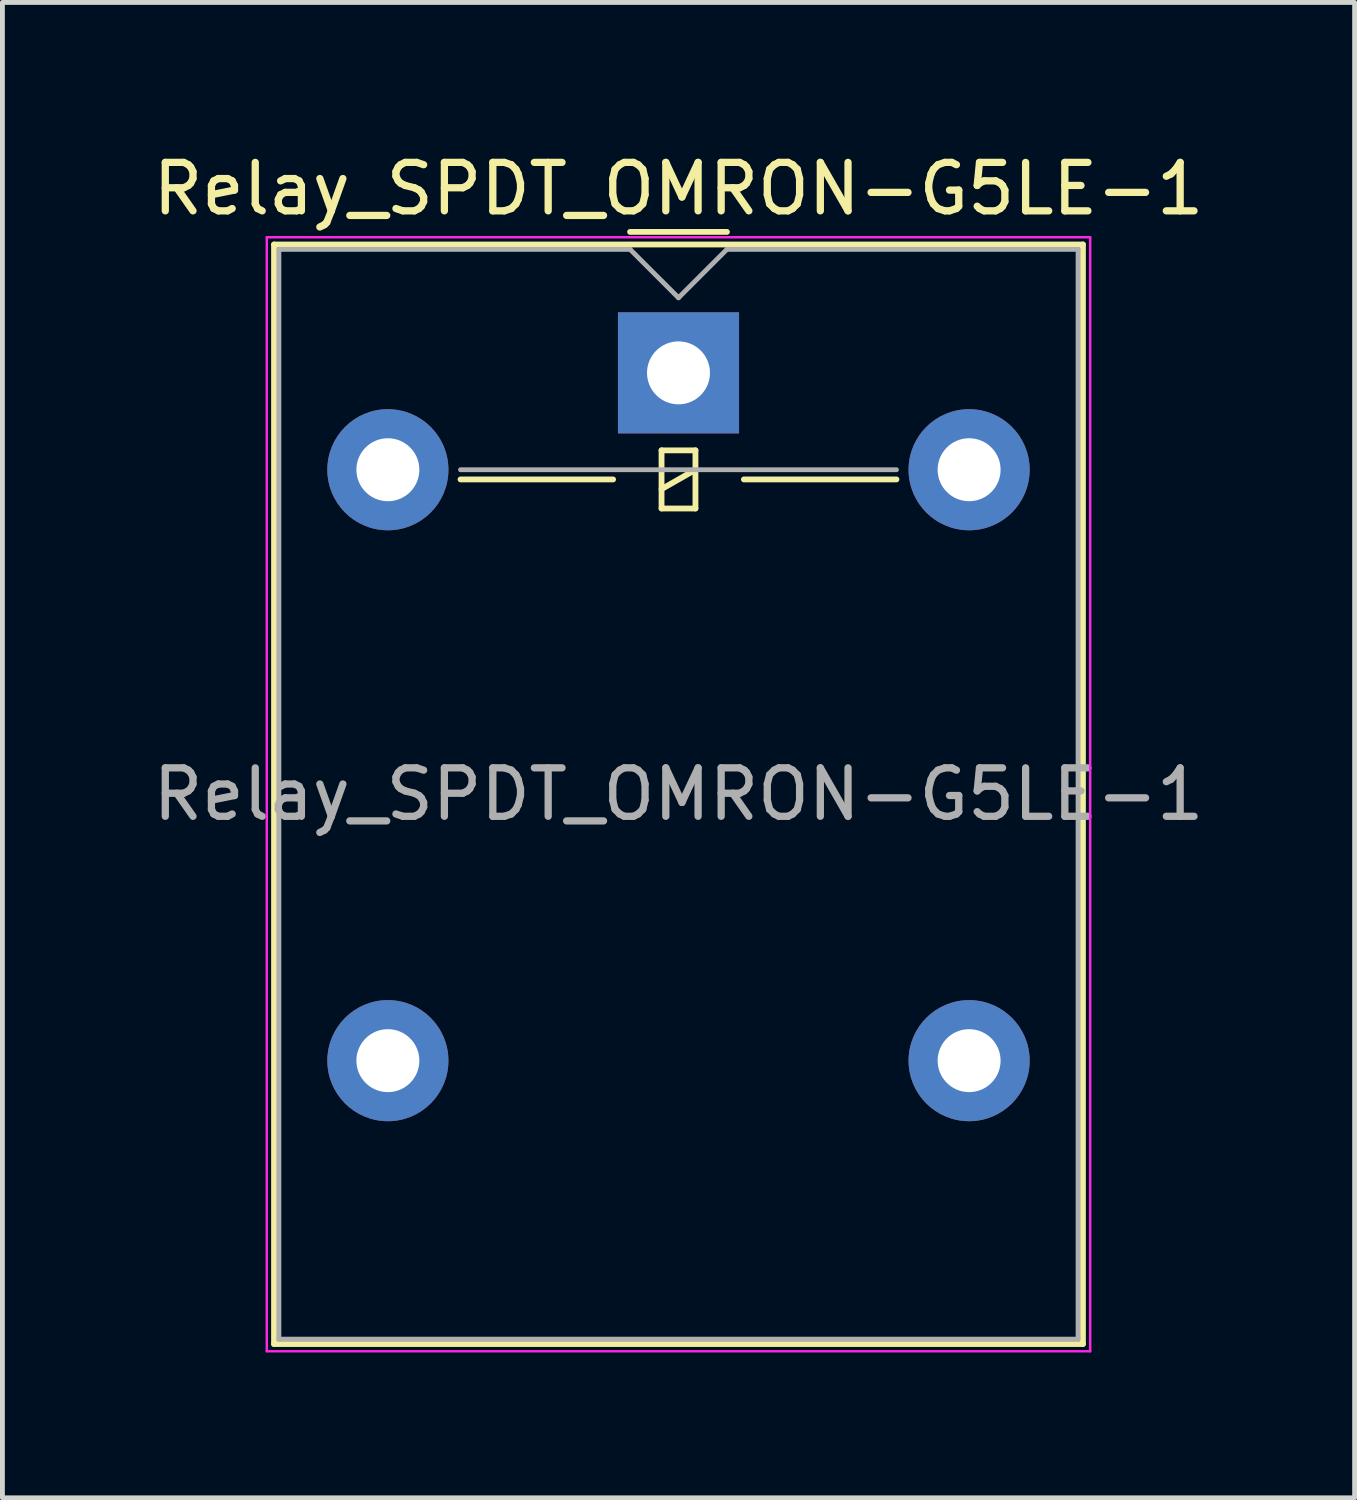
<source format=kicad_pcb>
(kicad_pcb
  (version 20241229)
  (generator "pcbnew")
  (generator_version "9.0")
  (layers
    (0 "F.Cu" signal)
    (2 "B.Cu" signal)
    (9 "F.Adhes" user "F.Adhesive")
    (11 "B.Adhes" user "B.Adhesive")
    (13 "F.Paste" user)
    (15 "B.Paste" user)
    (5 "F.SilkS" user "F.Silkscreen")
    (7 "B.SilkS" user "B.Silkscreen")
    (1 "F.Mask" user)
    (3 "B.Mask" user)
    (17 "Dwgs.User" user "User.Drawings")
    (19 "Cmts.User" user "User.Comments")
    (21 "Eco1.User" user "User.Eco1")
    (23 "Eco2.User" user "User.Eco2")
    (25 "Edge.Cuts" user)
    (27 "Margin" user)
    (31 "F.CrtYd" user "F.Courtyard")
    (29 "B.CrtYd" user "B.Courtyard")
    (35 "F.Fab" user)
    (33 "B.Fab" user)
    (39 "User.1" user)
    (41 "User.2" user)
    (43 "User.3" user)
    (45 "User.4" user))
  (footprint "Relay_SPDT_OMRON-G5LE-1"
    (layer "F.Cu")
    (at 10.958 4.648)
    (property "Reference" "Relay_SPDT_OMRON-G5LE-1" (at 0 -3.8 0) (layer "F.SilkS") (effects (font (size 1 1) (thickness 0.15))))
    (attr through_hole)
    (fp_line (start -8.35 -2.65) (end -8.35 20.05) (stroke (width 0.12) (type solid)) (layer "F.SilkS"))
    (fp_line (start -8.35 20.05) (end 8.35 20.05) (stroke (width 0.12) (type solid)) (layer "F.SilkS"))
    (fp_line (start -4.5 2.2) (end -1.35 2.2) (stroke (width 0.12) (type solid)) (layer "F.SilkS"))
    (fp_line (start -1 -2.91) (end 1 -2.91) (stroke (width 0.12) (type solid)) (layer "F.SilkS"))
    (fp_line (start -0.35 1.6) (end -0.35 2.8) (stroke (width 0.12) (type solid)) (layer "F.SilkS"))
    (fp_line (start -0.35 2.4) (end 0.35 2) (stroke (width 0.12) (type solid)) (layer "F.SilkS"))
    (fp_line (start -0.35 2.8) (end 0.35 2.8) (stroke (width 0.12) (type solid)) (layer "F.SilkS"))
    (fp_line (start 0.35 1.6) (end -0.35 1.6) (stroke (width 0.12) (type solid)) (layer "F.SilkS"))
    (fp_line (start 0.35 2.8) (end 0.35 1.6) (stroke (width 0.12) (type solid)) (layer "F.SilkS"))
    (fp_line (start 1.35 2.2) (end 4.5 2.2) (stroke (width 0.12) (type solid)) (layer "F.SilkS"))
    (fp_line (start 8.35 -2.65) (end -8.35 -2.65) (stroke (width 0.12) (type solid)) (layer "F.SilkS"))
    (fp_line (start 8.35 20.05) (end 8.35 -2.65) (stroke (width 0.12) (type solid)) (layer "F.SilkS"))
    (fp_line (start -8.5 -2.8) (end -8.5 20.2) (stroke (width 0.05) (type solid)) (layer "F.CrtYd"))
    (fp_line (start -8.5 20.2) (end 8.5 20.2) (stroke (width 0.05) (type solid)) (layer "F.CrtYd"))
    (fp_line (start 8.5 -2.8) (end -8.5 -2.8) (stroke (width 0.05) (type solid)) (layer "F.CrtYd"))
    (fp_line (start 8.5 20.2) (end 8.5 -2.8) (stroke (width 0.05) (type solid)) (layer "F.CrtYd"))
    (fp_line (start -8.25 -2.55) (end -1 -2.55) (stroke (width 0.1) (type solid)) (layer "F.Fab"))
    (fp_line (start -8.25 19.95) (end -8.25 -2.55) (stroke (width 0.1) (type solid)) (layer "F.Fab"))
    (fp_line (start -4.5 2) (end 4.5 2) (stroke (width 0.1) (type solid)) (layer "F.Fab"))
    (fp_line (start -1 -2.55) (end 0 -1.55) (stroke (width 0.1) (type solid)) (layer "F.Fab"))
    (fp_line (start 0 -1.55) (end 1 -2.55) (stroke (width 0.1) (type solid)) (layer "F.Fab"))
    (fp_line (start 1 -2.55) (end 8.25 -2.55) (stroke (width 0.1) (type solid)) (layer "F.Fab"))
    (fp_line (start 8.25 -2.55) (end 8.25 19.95) (stroke (width 0.1) (type solid)) (layer "F.Fab"))
    (fp_line (start 8.25 19.95) (end -8.25 19.95) (stroke (width 0.1) (type solid)) (layer "F.Fab"))
    (fp_text user "${REFERENCE}" (at 0 8.7 0) (layer "F.Fab") (effects (font (size 1 1) (thickness 0.15))))
    (pad "11" thru_hole rect (at 0 0) (size 2.5 2.5) (drill 1.3) (layers "*.Cu" "*.Mask"))
    (pad "12" thru_hole oval (at -6 14.2) (size 2.5 2.5) (drill 1.3) (layers "*.Cu" "*.Mask"))
    (pad "14" thru_hole oval (at 6 14.2) (size 2.5 2.5) (drill 1.3) (layers "*.Cu" "*.Mask"))
    (pad "A1" thru_hole oval (at 6 2) (size 2.5 2.5) (drill 1.3) (layers "*.Cu" "*.Mask"))
    (pad "A2" thru_hole oval (at -6 2) (size 2.5 2.5) (drill 1.3) (layers "*.Cu" "*.Mask")))
  (gr_rect
    (start -3 -3)
    (end 24.917 27.873)
    (stroke (width 0.1) (type default))
    (fill no)
    (layer "Edge.Cuts")))
</source>
